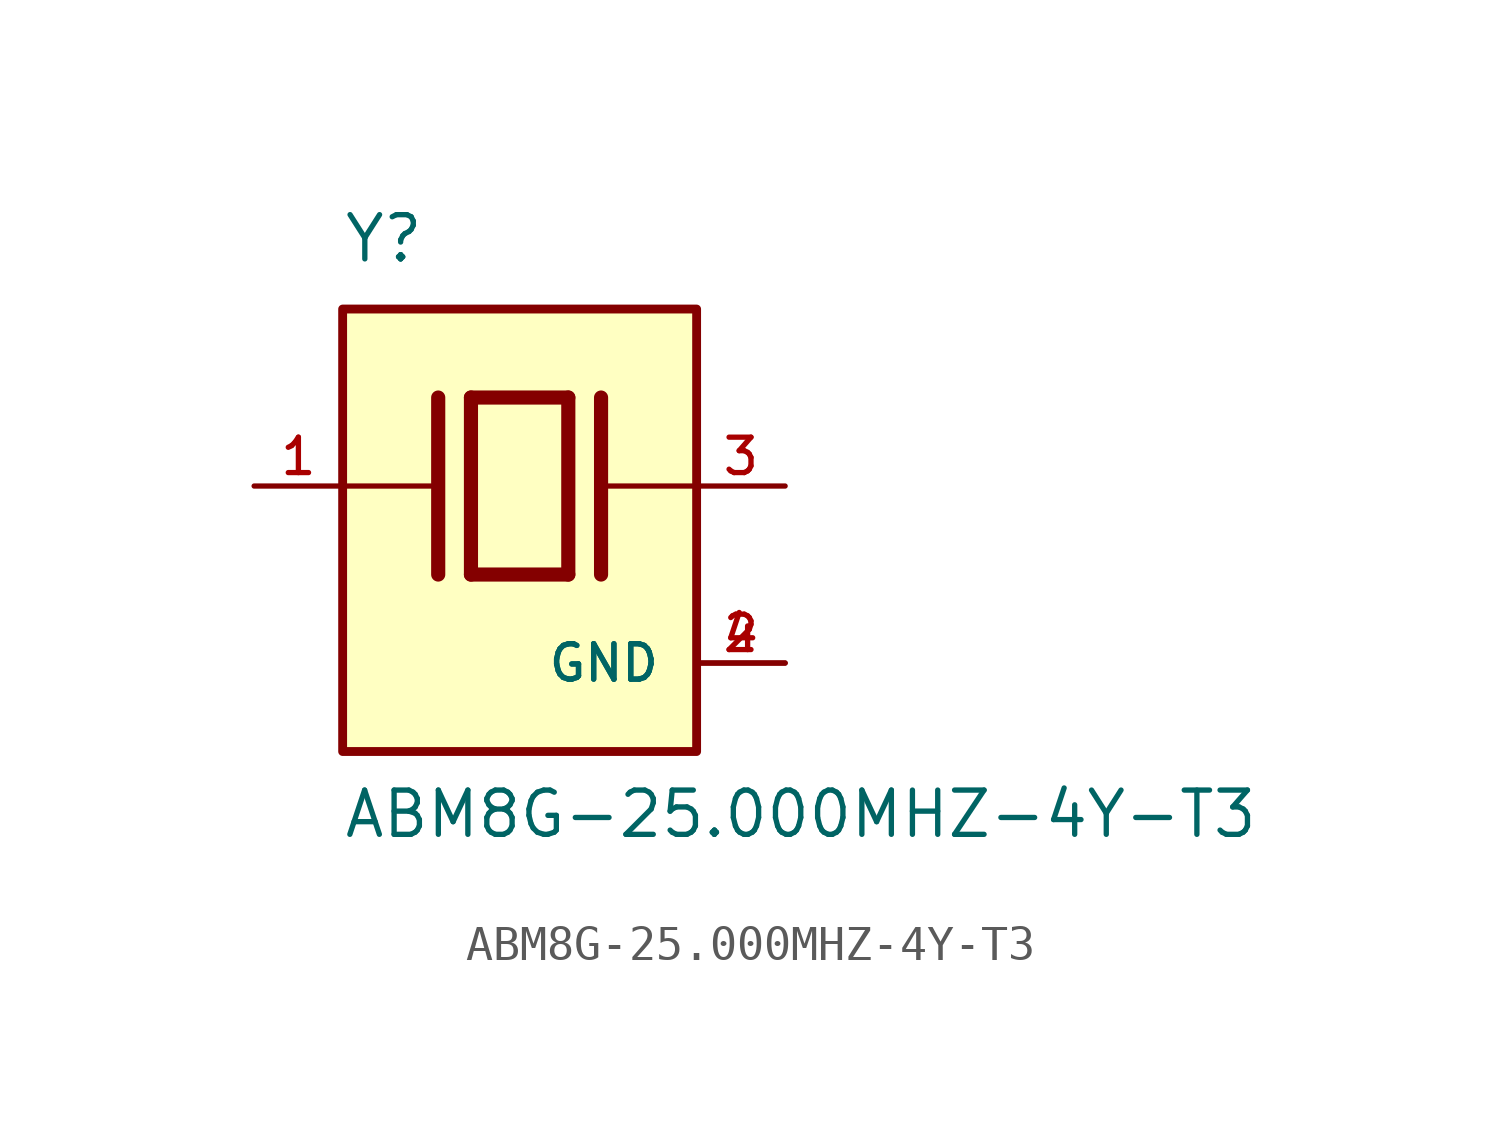
<source format=kicad_sym>
(kicad_symbol_lib
  (version 20211014)
  (generator kicad_symbol_editor)
  (symbol "ABM8G-25.000MHZ-4Y-T3"
    (pin_names
      (offset 1.016))
    (property "Reference" "Y"
      (at -5.088 6.356 0)
      (effects (font (size 1.27 1.27)) (justify bottom left)))
    (property "Value" "ABM8G-25.000MHZ-4Y-T3"
      (at -5.094 -10.16 0)
      (effects (font (size 1.27 1.27)) (justify bottom left)))
    (symbol "ABM8G-25.000MHZ-4Y-T3_0_0"
      (polyline (pts (xy -1.397 2.54) (xy 1.397 2.54)) (stroke (width 0.406)))
      (polyline (pts (xy 1.397 2.54) (xy 1.397 -2.54)) (stroke (width 0.406)))
      (polyline (pts (xy 1.397 -2.54) (xy -1.397 -2.54)) (stroke (width 0.406)))
      (polyline (pts (xy -1.397 2.54) (xy -1.397 -2.54)) (stroke (width 0.406)))
      (polyline (pts (xy 2.337 2.54) (xy 2.337 -2.54)) (stroke (width 0.406)))
      (polyline (pts (xy -2.337 2.54) (xy -2.337 -2.54)) (stroke (width 0.406)))
      (polyline (pts (xy -5.08 0.0) (xy -2.54 0.0)) (stroke (width 0.152)))
      (polyline (pts (xy 2.54 0.0) (xy 5.08 0.0)) (stroke (width 0.152)))
      (rectangle (start -5.08 -7.62) (end 5.08 5.08) (stroke (width 0.254)) (fill (type background)))
      (pin passive line (at 7.62 0.0 180.0) (length 2.54) (name "~" (effects (font (size 1.016 1.016)))) (number "3" (effects (font (size 1.016 1.016)))))
      (pin passive line (at -7.62 0.0 0) (length 2.54) (name "~" (effects (font (size 1.016 1.016)))) (number "1" (effects (font (size 1.016 1.016)))))
      (pin power_in line (at 7.62 -5.08 180.0) (length 2.54) (name "GND" (effects (font (size 1.016 1.016)))) (number "2" (effects (font (size 1.016 1.016)))))
      (pin power_in line (at 7.62 -5.08 180.0) (length 2.54) (name "GND" (effects (font (size 1.016 1.016)))) (number "4" (effects (font (size 1.016 1.016))))))))
</source>
